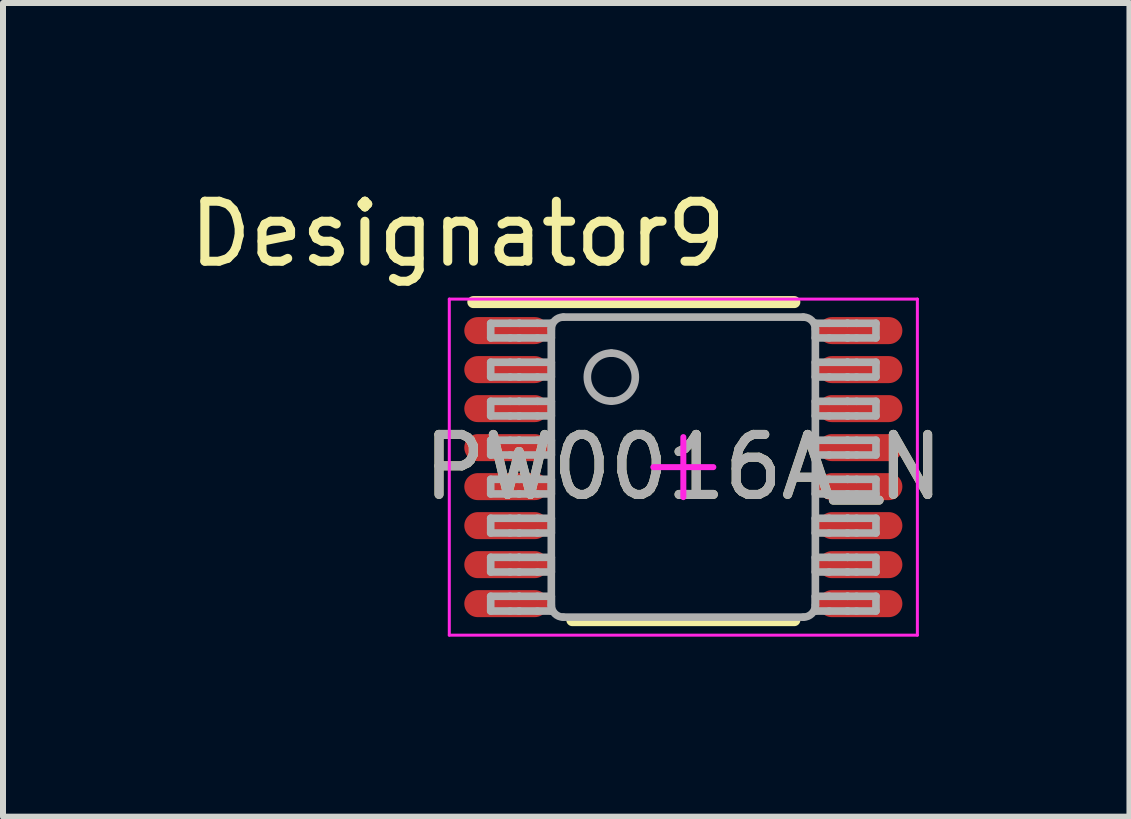
<source format=kicad_pcb>
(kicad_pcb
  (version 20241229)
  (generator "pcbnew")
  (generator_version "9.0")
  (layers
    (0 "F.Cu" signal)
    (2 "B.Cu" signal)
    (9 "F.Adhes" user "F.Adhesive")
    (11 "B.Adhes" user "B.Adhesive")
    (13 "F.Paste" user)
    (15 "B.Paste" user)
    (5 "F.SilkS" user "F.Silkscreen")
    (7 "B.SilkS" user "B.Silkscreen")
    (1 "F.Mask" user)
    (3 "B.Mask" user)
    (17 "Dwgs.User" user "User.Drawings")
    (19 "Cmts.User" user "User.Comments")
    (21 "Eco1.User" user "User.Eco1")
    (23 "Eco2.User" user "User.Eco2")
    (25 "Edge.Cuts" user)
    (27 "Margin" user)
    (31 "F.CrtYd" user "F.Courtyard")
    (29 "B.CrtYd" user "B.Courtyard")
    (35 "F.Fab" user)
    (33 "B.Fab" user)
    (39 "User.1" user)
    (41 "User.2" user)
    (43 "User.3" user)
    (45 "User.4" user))
  (footprint "PW0016A_N"
    (layer "F.Cu")
    (at 8.337 4.734)
    (property "Reference" "PW0016A_N" (at 0 0 0) (unlocked yes) (layer "F.SilkS") (effects (font (size 1 1) (thickness 0.15))))
    (attr smd)
    (fp_line (start -3.5 -2.75) (end 1.85 -2.75) (stroke (width 0.2) (type solid)) (layer "F.SilkS"))
    (fp_line (start -1.85 2.55) (end 1.85 2.55) (stroke (width 0.2) (type solid)) (layer "F.SilkS"))
    (fp_line (start -3.9 -2.8) (end 3.9 -2.8) (stroke (width 0.05) (type solid)) (layer "F.CrtYd"))
    (fp_line (start -3.9 2.8) (end -3.9 -2.8) (stroke (width 0.05) (type solid)) (layer "F.CrtYd"))
    (fp_line (start -3.9 2.8) (end 3.9 2.8) (stroke (width 0.05) (type solid)) (layer "F.CrtYd"))
    (fp_line (start -0.5 0) (end 0.5 0) (stroke (width 0.1) (type solid)) (layer "F.CrtYd"))
    (fp_line (start 0 0.5) (end 0 -0.5) (stroke (width 0.1) (type solid)) (layer "F.CrtYd"))
    (fp_line (start 3.9 2.8) (end 3.9 -2.8) (stroke (width 0.05) (type solid)) (layer "F.CrtYd"))
    (fp_line (start -3.21 -2.397) (end -2.887 -2.397) (stroke (width 0.127) (type solid)) (layer "F.Fab"))
    (fp_line (start -3.21 -2.153) (end -3.21 -2.397) (stroke (width 0.127) (type solid)) (layer "F.Fab"))
    (fp_line (start -3.21 -2.153) (end -2.887 -2.153) (stroke (width 0.127) (type solid)) (layer "F.Fab"))
    (fp_line (start -3.21 -1.748) (end -2.887 -1.748) (stroke (width 0.127) (type solid)) (layer "F.Fab"))
    (fp_line (start -3.21 -1.502) (end -3.21 -1.748) (stroke (width 0.127) (type solid)) (layer "F.Fab"))
    (fp_line (start -3.21 -1.502) (end -2.887 -1.502) (stroke (width 0.127) (type solid)) (layer "F.Fab"))
    (fp_line (start -3.21 -1.097) (end -2.887 -1.097) (stroke (width 0.127) (type solid)) (layer "F.Fab"))
    (fp_line (start -3.21 -0.853) (end -3.21 -1.097) (stroke (width 0.127) (type solid)) (layer "F.Fab"))
    (fp_line (start -3.21 -0.853) (end -2.887 -0.853) (stroke (width 0.127) (type solid)) (layer "F.Fab"))
    (fp_line (start -3.21 -0.448) (end -2.887 -0.448) (stroke (width 0.127) (type solid)) (layer "F.Fab"))
    (fp_line (start -3.21 -0.202) (end -3.21 -0.448) (stroke (width 0.127) (type solid)) (layer "F.Fab"))
    (fp_line (start -3.21 -0.202) (end -2.887 -0.202) (stroke (width 0.127) (type solid)) (layer "F.Fab"))
    (fp_line (start -3.21 0.203) (end -2.887 0.203) (stroke (width 0.127) (type solid)) (layer "F.Fab"))
    (fp_line (start -3.21 0.447) (end -3.21 0.203) (stroke (width 0.127) (type solid)) (layer "F.Fab"))
    (fp_line (start -3.21 0.447) (end -2.887 0.447) (stroke (width 0.127) (type solid)) (layer "F.Fab"))
    (fp_line (start -3.21 0.852) (end -2.887 0.852) (stroke (width 0.127) (type solid)) (layer "F.Fab"))
    (fp_line (start -3.21 1.098) (end -3.21 0.852) (stroke (width 0.127) (type solid)) (layer "F.Fab"))
    (fp_line (start -3.21 1.098) (end -2.887 1.098) (stroke (width 0.127) (type solid)) (layer "F.Fab"))
    (fp_line (start -3.21 1.503) (end -2.887 1.503) (stroke (width 0.127) (type solid)) (layer "F.Fab"))
    (fp_line (start -3.21 1.748) (end -3.21 1.503) (stroke (width 0.127) (type solid)) (layer "F.Fab"))
    (fp_line (start -3.21 1.748) (end -2.887 1.748) (stroke (width 0.127) (type solid)) (layer "F.Fab"))
    (fp_line (start -3.21 2.152) (end -2.887 2.152) (stroke (width 0.127) (type solid)) (layer "F.Fab"))
    (fp_line (start -3.21 2.398) (end -3.21 2.152) (stroke (width 0.127) (type solid)) (layer "F.Fab"))
    (fp_line (start -3.21 2.398) (end -2.887 2.398) (stroke (width 0.127) (type solid)) (layer "F.Fab"))
    (fp_line (start -2.887 -2.397) (end -2.739 -2.397) (stroke (width 0.127) (type solid)) (layer "F.Fab"))
    (fp_line (start -2.887 -2.153) (end -2.739 -2.153) (stroke (width 0.127) (type solid)) (layer "F.Fab"))
    (fp_line (start -2.887 -1.748) (end -2.739 -1.748) (stroke (width 0.127) (type solid)) (layer "F.Fab"))
    (fp_line (start -2.887 -1.502) (end -2.739 -1.502) (stroke (width 0.127) (type solid)) (layer "F.Fab"))
    (fp_line (start -2.887 -1.097) (end -2.739 -1.097) (stroke (width 0.127) (type solid)) (layer "F.Fab"))
    (fp_line (start -2.887 -0.853) (end -2.739 -0.853) (stroke (width 0.127) (type solid)) (layer "F.Fab"))
    (fp_line (start -2.887 -0.448) (end -2.739 -0.448) (stroke (width 0.127) (type solid)) (layer "F.Fab"))
    (fp_line (start -2.887 -0.202) (end -2.739 -0.202) (stroke (width 0.127) (type solid)) (layer "F.Fab"))
    (fp_line (start -2.887 0.203) (end -2.739 0.203) (stroke (width 0.127) (type solid)) (layer "F.Fab"))
    (fp_line (start -2.887 0.447) (end -2.739 0.447) (stroke (width 0.127) (type solid)) (layer "F.Fab"))
    (fp_line (start -2.887 0.852) (end -2.739 0.852) (stroke (width 0.127) (type solid)) (layer "F.Fab"))
    (fp_line (start -2.887 1.098) (end -2.739 1.098) (stroke (width 0.127) (type solid)) (layer "F.Fab"))
    (fp_line (start -2.887 1.503) (end -2.739 1.503) (stroke (width 0.127) (type solid)) (layer "F.Fab"))
    (fp_line (start -2.887 1.748) (end -2.739 1.748) (stroke (width 0.127) (type solid)) (layer "F.Fab"))
    (fp_line (start -2.887 2.152) (end -2.739 2.152) (stroke (width 0.127) (type solid)) (layer "F.Fab"))
    (fp_line (start -2.887 2.398) (end -2.739 2.398) (stroke (width 0.127) (type solid)) (layer "F.Fab"))
    (fp_line (start -2.739 -2.397) (end -2.733 -2.397) (stroke (width 0.127) (type solid)) (layer "F.Fab"))
    (fp_line (start -2.739 -2.153) (end -2.733 -2.153) (stroke (width 0.127) (type solid)) (layer "F.Fab"))
    (fp_line (start -2.739 -1.748) (end -2.733 -1.748) (stroke (width 0.127) (type solid)) (layer "F.Fab"))
    (fp_line (start -2.739 -1.502) (end -2.733 -1.502) (stroke (width 0.127) (type solid)) (layer "F.Fab"))
    (fp_line (start -2.739 -1.097) (end -2.733 -1.097) (stroke (width 0.127) (type solid)) (layer "F.Fab"))
    (fp_line (start -2.739 -0.853) (end -2.733 -0.853) (stroke (width 0.127) (type solid)) (layer "F.Fab"))
    (fp_line (start -2.739 -0.448) (end -2.733 -0.448) (stroke (width 0.127) (type solid)) (layer "F.Fab"))
    (fp_line (start -2.739 -0.202) (end -2.733 -0.202) (stroke (width 0.127) (type solid)) (layer "F.Fab"))
    (fp_line (start -2.739 0.203) (end -2.733 0.203) (stroke (width 0.127) (type solid)) (layer "F.Fab"))
    (fp_line (start -2.739 0.447) (end -2.733 0.447) (stroke (width 0.127) (type solid)) (layer "F.Fab"))
    (fp_line (start -2.739 0.852) (end -2.733 0.852) (stroke (width 0.127) (type solid)) (layer "F.Fab"))
    (fp_line (start -2.739 1.098) (end -2.733 1.098) (stroke (width 0.127) (type solid)) (layer "F.Fab"))
    (fp_line (start -2.739 1.503) (end -2.733 1.503) (stroke (width 0.127) (type solid)) (layer "F.Fab"))
    (fp_line (start -2.739 1.748) (end -2.733 1.748) (stroke (width 0.127) (type solid)) (layer "F.Fab"))
    (fp_line (start -2.739 2.152) (end -2.733 2.152) (stroke (width 0.127) (type solid)) (layer "F.Fab"))
    (fp_line (start -2.739 2.398) (end -2.733 2.398) (stroke (width 0.127) (type solid)) (layer "F.Fab"))
    (fp_line (start -2.733 -2.397) (end -2.431 -2.397) (stroke (width 0.127) (type solid)) (layer "F.Fab"))
    (fp_line (start -2.733 -2.153) (end -2.431 -2.153) (stroke (width 0.127) (type solid)) (layer "F.Fab"))
    (fp_line (start -2.733 -1.748) (end -2.431 -1.748) (stroke (width 0.127) (type solid)) (layer "F.Fab"))
    (fp_line (start -2.733 -1.502) (end -2.431 -1.502) (stroke (width 0.127) (type solid)) (layer "F.Fab"))
    (fp_line (start -2.733 -1.097) (end -2.431 -1.097) (stroke (width 0.127) (type solid)) (layer "F.Fab"))
    (fp_line (start -2.733 -0.853) (end -2.431 -0.853) (stroke (width 0.127) (type solid)) (layer "F.Fab"))
    (fp_line (start -2.733 -0.448) (end -2.431 -0.448) (stroke (width 0.127) (type solid)) (layer "F.Fab"))
    (fp_line (start -2.733 -0.202) (end -2.431 -0.202) (stroke (width 0.127) (type solid)) (layer "F.Fab"))
    (fp_line (start -2.733 0.203) (end -2.431 0.203) (stroke (width 0.127) (type solid)) (layer "F.Fab"))
    (fp_line (start -2.733 0.447) (end -2.431 0.447) (stroke (width 0.127) (type solid)) (layer "F.Fab"))
    (fp_line (start -2.733 0.852) (end -2.431 0.852) (stroke (width 0.127) (type solid)) (layer "F.Fab"))
    (fp_line (start -2.733 1.098) (end -2.431 1.098) (stroke (width 0.127) (type solid)) (layer "F.Fab"))
    (fp_line (start -2.733 1.503) (end -2.431 1.503) (stroke (width 0.127) (type solid)) (layer "F.Fab"))
    (fp_line (start -2.733 1.748) (end -2.431 1.748) (stroke (width 0.127) (type solid)) (layer "F.Fab"))
    (fp_line (start -2.733 2.152) (end -2.431 2.152) (stroke (width 0.127) (type solid)) (layer "F.Fab"))
    (fp_line (start -2.733 2.398) (end -2.431 2.398) (stroke (width 0.127) (type solid)) (layer "F.Fab"))
    (fp_line (start -2.431 -2.397) (end -2.2 -2.397) (stroke (width 0.127) (type solid)) (layer "F.Fab"))
    (fp_line (start -2.431 -2.153) (end -2.2 -2.153) (stroke (width 0.127) (type solid)) (layer "F.Fab"))
    (fp_line (start -2.431 -1.748) (end -2.2 -1.748) (stroke (width 0.127) (type solid)) (layer "F.Fab"))
    (fp_line (start -2.431 -1.502) (end -2.2 -1.502) (stroke (width 0.127) (type solid)) (layer "F.Fab"))
    (fp_line (start -2.431 -1.097) (end -2.2 -1.097) (stroke (width 0.127) (type solid)) (layer "F.Fab"))
    (fp_line (start -2.431 -0.853) (end -2.2 -0.853) (stroke (width 0.127) (type solid)) (layer "F.Fab"))
    (fp_line (start -2.431 -0.448) (end -2.2 -0.448) (stroke (width 0.127) (type solid)) (layer "F.Fab"))
    (fp_line (start -2.431 -0.202) (end -2.2 -0.202) (stroke (width 0.127) (type solid)) (layer "F.Fab"))
    (fp_line (start -2.431 0.203) (end -2.2 0.203) (stroke (width 0.127) (type solid)) (layer "F.Fab"))
    (fp_line (start -2.431 0.447) (end -2.2 0.447) (stroke (width 0.127) (type solid)) (layer "F.Fab"))
    (fp_line (start -2.431 0.852) (end -2.2 0.852) (stroke (width 0.127) (type solid)) (layer "F.Fab"))
    (fp_line (start -2.431 1.098) (end -2.2 1.098) (stroke (width 0.127) (type solid)) (layer "F.Fab"))
    (fp_line (start -2.431 1.503) (end -2.2 1.503) (stroke (width 0.127) (type solid)) (layer "F.Fab"))
    (fp_line (start -2.431 1.748) (end -2.2 1.748) (stroke (width 0.127) (type solid)) (layer "F.Fab"))
    (fp_line (start -2.431 2.152) (end -2.2 2.152) (stroke (width 0.127) (type solid)) (layer "F.Fab"))
    (fp_line (start -2.431 2.398) (end -2.2 2.398) (stroke (width 0.127) (type solid)) (layer "F.Fab"))
    (fp_line (start -2.2 -2.153) (end -2.2 -2.397) (stroke (width 0.127) (type solid)) (layer "F.Fab"))
    (fp_line (start -2.2 -1.502) (end -2.2 -1.748) (stroke (width 0.127) (type solid)) (layer "F.Fab"))
    (fp_line (start -2.2 -0.853) (end -2.2 -1.097) (stroke (width 0.127) (type solid)) (layer "F.Fab"))
    (fp_line (start -2.2 -0.202) (end -2.2 -0.448) (stroke (width 0.127) (type solid)) (layer "F.Fab"))
    (fp_line (start -2.2 0.447) (end -2.2 0.203) (stroke (width 0.127) (type solid)) (layer "F.Fab"))
    (fp_line (start -2.2 1.098) (end -2.2 0.852) (stroke (width 0.127) (type solid)) (layer "F.Fab"))
    (fp_line (start -2.2 1.748) (end -2.2 1.503) (stroke (width 0.127) (type solid)) (layer "F.Fab"))
    (fp_line (start -2.2 2.3) (end -2.2 -2.3) (stroke (width 0.127) (type solid)) (layer "F.Fab"))
    (fp_line (start -2.2 2.398) (end -2.2 2.152) (stroke (width 0.127) (type solid)) (layer "F.Fab"))
    (fp_line (start -2 -2.5) (end 2 -2.5) (stroke (width 0.127) (type solid)) (layer "F.Fab"))
    (fp_line (start -2 2.5) (end 2 2.5) (stroke (width 0.127) (type solid)) (layer "F.Fab"))
    (fp_line (start 2.2 -2.397) (end 2.43 -2.397) (stroke (width 0.127) (type solid)) (layer "F.Fab"))
    (fp_line (start 2.2 -2.153) (end 2.2 -2.397) (stroke (width 0.127) (type solid)) (layer "F.Fab"))
    (fp_line (start 2.2 -2.153) (end 2.43 -2.153) (stroke (width 0.127) (type solid)) (layer "F.Fab"))
    (fp_line (start 2.2 -1.748) (end 2.43 -1.748) (stroke (width 0.127) (type solid)) (layer "F.Fab"))
    (fp_line (start 2.2 -1.502) (end 2.2 -1.748) (stroke (width 0.127) (type solid)) (layer "F.Fab"))
    (fp_line (start 2.2 -1.502) (end 2.43 -1.502) (stroke (width 0.127) (type solid)) (layer "F.Fab"))
    (fp_line (start 2.2 -1.097) (end 2.43 -1.097) (stroke (width 0.127) (type solid)) (layer "F.Fab"))
    (fp_line (start 2.2 -0.853) (end 2.2 -1.097) (stroke (width 0.127) (type solid)) (layer "F.Fab"))
    (fp_line (start 2.2 -0.853) (end 2.43 -0.853) (stroke (width 0.127) (type solid)) (layer "F.Fab"))
    (fp_line (start 2.2 -0.448) (end 2.43 -0.448) (stroke (width 0.127) (type solid)) (layer "F.Fab"))
    (fp_line (start 2.2 -0.202) (end 2.2 -0.448) (stroke (width 0.127) (type solid)) (layer "F.Fab"))
    (fp_line (start 2.2 -0.202) (end 2.43 -0.202) (stroke (width 0.127) (type solid)) (layer "F.Fab"))
    (fp_line (start 2.2 0.203) (end 2.43 0.203) (stroke (width 0.127) (type solid)) (layer "F.Fab"))
    (fp_line (start 2.2 0.447) (end 2.2 0.203) (stroke (width 0.127) (type solid)) (layer "F.Fab"))
    (fp_line (start 2.2 0.447) (end 2.43 0.447) (stroke (width 0.127) (type solid)) (layer "F.Fab"))
    (fp_line (start 2.2 0.852) (end 2.43 0.852) (stroke (width 0.127) (type solid)) (layer "F.Fab"))
    (fp_line (start 2.2 1.098) (end 2.2 0.852) (stroke (width 0.127) (type solid)) (layer "F.Fab"))
    (fp_line (start 2.2 1.098) (end 2.43 1.098) (stroke (width 0.127) (type solid)) (layer "F.Fab"))
    (fp_line (start 2.2 1.503) (end 2.43 1.503) (stroke (width 0.127) (type solid)) (layer "F.Fab"))
    (fp_line (start 2.2 1.748) (end 2.2 1.503) (stroke (width 0.127) (type solid)) (layer "F.Fab"))
    (fp_line (start 2.2 1.748) (end 2.43 1.748) (stroke (width 0.127) (type solid)) (layer "F.Fab"))
    (fp_line (start 2.2 2.152) (end 2.43 2.152) (stroke (width 0.127) (type solid)) (layer "F.Fab"))
    (fp_line (start 2.2 2.3) (end 2.2 -2.3) (stroke (width 0.127) (type solid)) (layer "F.Fab"))
    (fp_line (start 2.2 2.398) (end 2.2 2.152) (stroke (width 0.127) (type solid)) (layer "F.Fab"))
    (fp_line (start 2.2 2.398) (end 2.43 2.398) (stroke (width 0.127) (type solid)) (layer "F.Fab"))
    (fp_line (start 2.43 -2.397) (end 2.733 -2.397) (stroke (width 0.127) (type solid)) (layer "F.Fab"))
    (fp_line (start 2.43 -2.153) (end 2.733 -2.153) (stroke (width 0.127) (type solid)) (layer "F.Fab"))
    (fp_line (start 2.43 -1.748) (end 2.733 -1.748) (stroke (width 0.127) (type solid)) (layer "F.Fab"))
    (fp_line (start 2.43 -1.502) (end 2.733 -1.502) (stroke (width 0.127) (type solid)) (layer "F.Fab"))
    (fp_line (start 2.43 -1.097) (end 2.733 -1.097) (stroke (width 0.127) (type solid)) (layer "F.Fab"))
    (fp_line (start 2.43 -0.853) (end 2.733 -0.853) (stroke (width 0.127) (type solid)) (layer "F.Fab"))
    (fp_line (start 2.43 -0.448) (end 2.733 -0.448) (stroke (width 0.127) (type solid)) (layer "F.Fab"))
    (fp_line (start 2.43 -0.202) (end 2.733 -0.202) (stroke (width 0.127) (type solid)) (layer "F.Fab"))
    (fp_line (start 2.43 0.203) (end 2.733 0.203) (stroke (width 0.127) (type solid)) (layer "F.Fab"))
    (fp_line (start 2.43 0.447) (end 2.733 0.447) (stroke (width 0.127) (type solid)) (layer "F.Fab"))
    (fp_line (start 2.43 0.852) (end 2.733 0.852) (stroke (width 0.127) (type solid)) (layer "F.Fab"))
    (fp_line (start 2.43 1.098) (end 2.733 1.098) (stroke (width 0.127) (type solid)) (layer "F.Fab"))
    (fp_line (start 2.43 1.503) (end 2.733 1.503) (stroke (width 0.127) (type solid)) (layer "F.Fab"))
    (fp_line (start 2.43 1.748) (end 2.733 1.748) (stroke (width 0.127) (type solid)) (layer "F.Fab"))
    (fp_line (start 2.43 2.152) (end 2.733 2.152) (stroke (width 0.127) (type solid)) (layer "F.Fab"))
    (fp_line (start 2.43 2.398) (end 2.733 2.398) (stroke (width 0.127) (type solid)) (layer "F.Fab"))
    (fp_line (start 2.733 -2.397) (end 2.739 -2.397) (stroke (width 0.127) (type solid)) (layer "F.Fab"))
    (fp_line (start 2.733 -2.153) (end 2.739 -2.153) (stroke (width 0.127) (type solid)) (layer "F.Fab"))
    (fp_line (start 2.733 -1.748) (end 2.739 -1.748) (stroke (width 0.127) (type solid)) (layer "F.Fab"))
    (fp_line (start 2.733 -1.502) (end 2.739 -1.502) (stroke (width 0.127) (type solid)) (layer "F.Fab"))
    (fp_line (start 2.733 -1.097) (end 2.739 -1.097) (stroke (width 0.127) (type solid)) (layer "F.Fab"))
    (fp_line (start 2.733 -0.853) (end 2.739 -0.853) (stroke (width 0.127) (type solid)) (layer "F.Fab"))
    (fp_line (start 2.733 -0.448) (end 2.739 -0.448) (stroke (width 0.127) (type solid)) (layer "F.Fab"))
    (fp_line (start 2.733 -0.202) (end 2.739 -0.202) (stroke (width 0.127) (type solid)) (layer "F.Fab"))
    (fp_line (start 2.733 0.203) (end 2.739 0.203) (stroke (width 0.127) (type solid)) (layer "F.Fab"))
    (fp_line (start 2.733 0.447) (end 2.739 0.447) (stroke (width 0.127) (type solid)) (layer "F.Fab"))
    (fp_line (start 2.733 0.852) (end 2.739 0.852) (stroke (width 0.127) (type solid)) (layer "F.Fab"))
    (fp_line (start 2.733 1.098) (end 2.739 1.098) (stroke (width 0.127) (type solid)) (layer "F.Fab"))
    (fp_line (start 2.733 1.503) (end 2.739 1.503) (stroke (width 0.127) (type solid)) (layer "F.Fab"))
    (fp_line (start 2.733 1.748) (end 2.739 1.748) (stroke (width 0.127) (type solid)) (layer "F.Fab"))
    (fp_line (start 2.733 2.152) (end 2.739 2.152) (stroke (width 0.127) (type solid)) (layer "F.Fab"))
    (fp_line (start 2.733 2.398) (end 2.739 2.398) (stroke (width 0.127) (type solid)) (layer "F.Fab"))
    (fp_line (start 2.739 -2.397) (end 2.887 -2.397) (stroke (width 0.127) (type solid)) (layer "F.Fab"))
    (fp_line (start 2.739 -2.153) (end 2.887 -2.153) (stroke (width 0.127) (type solid)) (layer "F.Fab"))
    (fp_line (start 2.739 -1.748) (end 2.887 -1.748) (stroke (width 0.127) (type solid)) (layer "F.Fab"))
    (fp_line (start 2.739 -1.502) (end 2.887 -1.502) (stroke (width 0.127) (type solid)) (layer "F.Fab"))
    (fp_line (start 2.739 -1.097) (end 2.887 -1.097) (stroke (width 0.127) (type solid)) (layer "F.Fab"))
    (fp_line (start 2.739 -0.853) (end 2.887 -0.853) (stroke (width 0.127) (type solid)) (layer "F.Fab"))
    (fp_line (start 2.739 -0.448) (end 2.887 -0.448) (stroke (width 0.127) (type solid)) (layer "F.Fab"))
    (fp_line (start 2.739 -0.202) (end 2.887 -0.202) (stroke (width 0.127) (type solid)) (layer "F.Fab"))
    (fp_line (start 2.739 0.203) (end 2.887 0.203) (stroke (width 0.127) (type solid)) (layer "F.Fab"))
    (fp_line (start 2.739 0.447) (end 2.887 0.447) (stroke (width 0.127) (type solid)) (layer "F.Fab"))
    (fp_line (start 2.739 0.852) (end 2.887 0.852) (stroke (width 0.127) (type solid)) (layer "F.Fab"))
    (fp_line (start 2.739 1.098) (end 2.887 1.098) (stroke (width 0.127) (type solid)) (layer "F.Fab"))
    (fp_line (start 2.739 1.503) (end 2.887 1.503) (stroke (width 0.127) (type solid)) (layer "F.Fab"))
    (fp_line (start 2.739 1.748) (end 2.887 1.748) (stroke (width 0.127) (type solid)) (layer "F.Fab"))
    (fp_line (start 2.739 2.152) (end 2.887 2.152) (stroke (width 0.127) (type solid)) (layer "F.Fab"))
    (fp_line (start 2.739 2.398) (end 2.887 2.398) (stroke (width 0.127) (type solid)) (layer "F.Fab"))
    (fp_line (start 2.887 -2.397) (end 3.21 -2.397) (stroke (width 0.127) (type solid)) (layer "F.Fab"))
    (fp_line (start 2.887 -2.153) (end 3.21 -2.153) (stroke (width 0.127) (type solid)) (layer "F.Fab"))
    (fp_line (start 2.887 -1.748) (end 3.21 -1.748) (stroke (width 0.127) (type solid)) (layer "F.Fab"))
    (fp_line (start 2.887 -1.502) (end 3.21 -1.502) (stroke (width 0.127) (type solid)) (layer "F.Fab"))
    (fp_line (start 2.887 -1.097) (end 3.21 -1.097) (stroke (width 0.127) (type solid)) (layer "F.Fab"))
    (fp_line (start 2.887 -0.853) (end 3.21 -0.853) (stroke (width 0.127) (type solid)) (layer "F.Fab"))
    (fp_line (start 2.887 -0.448) (end 3.21 -0.448) (stroke (width 0.127) (type solid)) (layer "F.Fab"))
    (fp_line (start 2.887 -0.202) (end 3.21 -0.202) (stroke (width 0.127) (type solid)) (layer "F.Fab"))
    (fp_line (start 2.887 0.203) (end 3.21 0.203) (stroke (width 0.127) (type solid)) (layer "F.Fab"))
    (fp_line (start 2.887 0.447) (end 3.21 0.447) (stroke (width 0.127) (type solid)) (layer "F.Fab"))
    (fp_line (start 2.887 0.852) (end 3.21 0.852) (stroke (width 0.127) (type solid)) (layer "F.Fab"))
    (fp_line (start 2.887 1.098) (end 3.21 1.098) (stroke (width 0.127) (type solid)) (layer "F.Fab"))
    (fp_line (start 2.887 1.503) (end 3.21 1.503) (stroke (width 0.127) (type solid)) (layer "F.Fab"))
    (fp_line (start 2.887 1.748) (end 3.21 1.748) (stroke (width 0.127) (type solid)) (layer "F.Fab"))
    (fp_line (start 2.887 2.152) (end 3.21 2.152) (stroke (width 0.127) (type solid)) (layer "F.Fab"))
    (fp_line (start 2.887 2.398) (end 3.21 2.398) (stroke (width 0.127) (type solid)) (layer "F.Fab"))
    (fp_line (start 3.21 -2.153) (end 3.21 -2.397) (stroke (width 0.127) (type solid)) (layer "F.Fab"))
    (fp_line (start 3.21 -1.502) (end 3.21 -1.748) (stroke (width 0.127) (type solid)) (layer "F.Fab"))
    (fp_line (start 3.21 -0.853) (end 3.21 -1.097) (stroke (width 0.127) (type solid)) (layer "F.Fab"))
    (fp_line (start 3.21 -0.202) (end 3.21 -0.448) (stroke (width 0.127) (type solid)) (layer "F.Fab"))
    (fp_line (start 3.21 0.447) (end 3.21 0.203) (stroke (width 0.127) (type solid)) (layer "F.Fab"))
    (fp_line (start 3.21 1.098) (end 3.21 0.852) (stroke (width 0.127) (type solid)) (layer "F.Fab"))
    (fp_line (start 3.21 1.748) (end 3.21 1.503) (stroke (width 0.127) (type solid)) (layer "F.Fab"))
    (fp_line (start 3.21 2.398) (end 3.21 2.152) (stroke (width 0.127) (type solid)) (layer "F.Fab"))
    (fp_arc (start -2.200001 -2.3) (mid -2.141422 -2.441421) (end -2.000001 -2.5) (stroke (width 0.127) (type solid)) (layer "F.Fab"))
    (fp_arc (start -2.000001 2.500015) (mid -2.141422 2.441437) (end -2.200001 2.300016) (stroke (width 0.127) (type solid)) (layer "F.Fab"))
    (fp_arc (start -1.200003 -1.900001) (mid -0.800003 -1.500002) (end -1.200003 -1.100003) (stroke (width 0.127) (type solid)) (layer "F.Fab"))
    (fp_arc (start -1.200003 -1.100003) (mid -1.600002 -1.500002) (end -1.200003 -1.900001) (stroke (width 0.127) (type solid)) (layer "F.Fab"))
    (fp_arc (start 1.999991 -2.5) (mid 2.141412 -2.441422) (end 2.199991 -2.3) (stroke (width 0.127) (type solid)) (layer "F.Fab"))
    (fp_arc (start 2.199991 2.300016) (mid 2.141412 2.441437) (end 1.999991 2.500015) (stroke (width 0.127) (type solid)) (layer "F.Fab"))
    (fp_text user "Designator9" (at -3.759 -3.886 0) (unlocked yes) (layer "F.SilkS") (effects (font (size 1 1) (thickness 0.15))))
    (fp_text user "${REFERENCE}" (at 0 0 0) (unlocked yes) (layer "F.Fab") (effects (font (size 1 1) (thickness 0.15))))
    (pad "1" smd oval (at -2.95 -2.275 90) (size 0.45 1.4) (layers "F.Cu" "F.Mask" "F.Paste"))
    (pad "2" smd oval (at -2.95 -1.625 90) (size 0.45 1.4) (layers "F.Cu" "F.Mask" "F.Paste"))
    (pad "3" smd oval (at -2.95 -0.975 90) (size 0.45 1.4) (layers "F.Cu" "F.Mask" "F.Paste"))
    (pad "4" smd oval (at -2.95 -0.325 90) (size 0.45 1.4) (layers "F.Cu" "F.Mask" "F.Paste"))
    (pad "5" smd oval (at -2.95 0.325 90) (size 0.45 1.4) (layers "F.Cu" "F.Mask" "F.Paste"))
    (pad "6" smd oval (at -2.95 0.975 90) (size 0.45 1.4) (layers "F.Cu" "F.Mask" "F.Paste"))
    (pad "7" smd oval (at -2.95 1.625 90) (size 0.45 1.4) (layers "F.Cu" "F.Mask" "F.Paste"))
    (pad "8" smd oval (at -2.95 2.275 90) (size 0.45 1.4) (layers "F.Cu" "F.Mask" "F.Paste"))
    (pad "9" smd oval (at 2.95 2.275 90) (size 0.45 1.4) (layers "F.Cu" "F.Mask" "F.Paste"))
    (pad "10" smd oval (at 2.95 1.625 90) (size 0.45 1.4) (layers "F.Cu" "F.Mask" "F.Paste"))
    (pad "11" smd oval (at 2.95 0.975 90) (size 0.45 1.4) (layers "F.Cu" "F.Mask" "F.Paste"))
    (pad "12" smd oval (at 2.95 0.325 90) (size 0.45 1.4) (layers "F.Cu" "F.Mask" "F.Paste"))
    (pad "13" smd oval (at 2.95 -0.325 90) (size 0.45 1.4) (layers "F.Cu" "F.Mask" "F.Paste"))
    (pad "14" smd oval (at 2.95 -0.975 90) (size 0.45 1.4) (layers "F.Cu" "F.Mask" "F.Paste"))
    (pad "15" smd oval (at 2.95 -1.625 90) (size 0.45 1.4) (layers "F.Cu" "F.Mask" "F.Paste"))
    (pad "16" smd oval (at 2.95 -2.275 90) (size 0.45 1.4) (layers "F.Cu" "F.Mask" "F.Paste")))
  (gr_rect
    (start -3 -3)
    (end 15.771 10.559)
    (stroke (width 0.1) (type default))
    (fill no)
    (layer "Edge.Cuts")))
</source>
